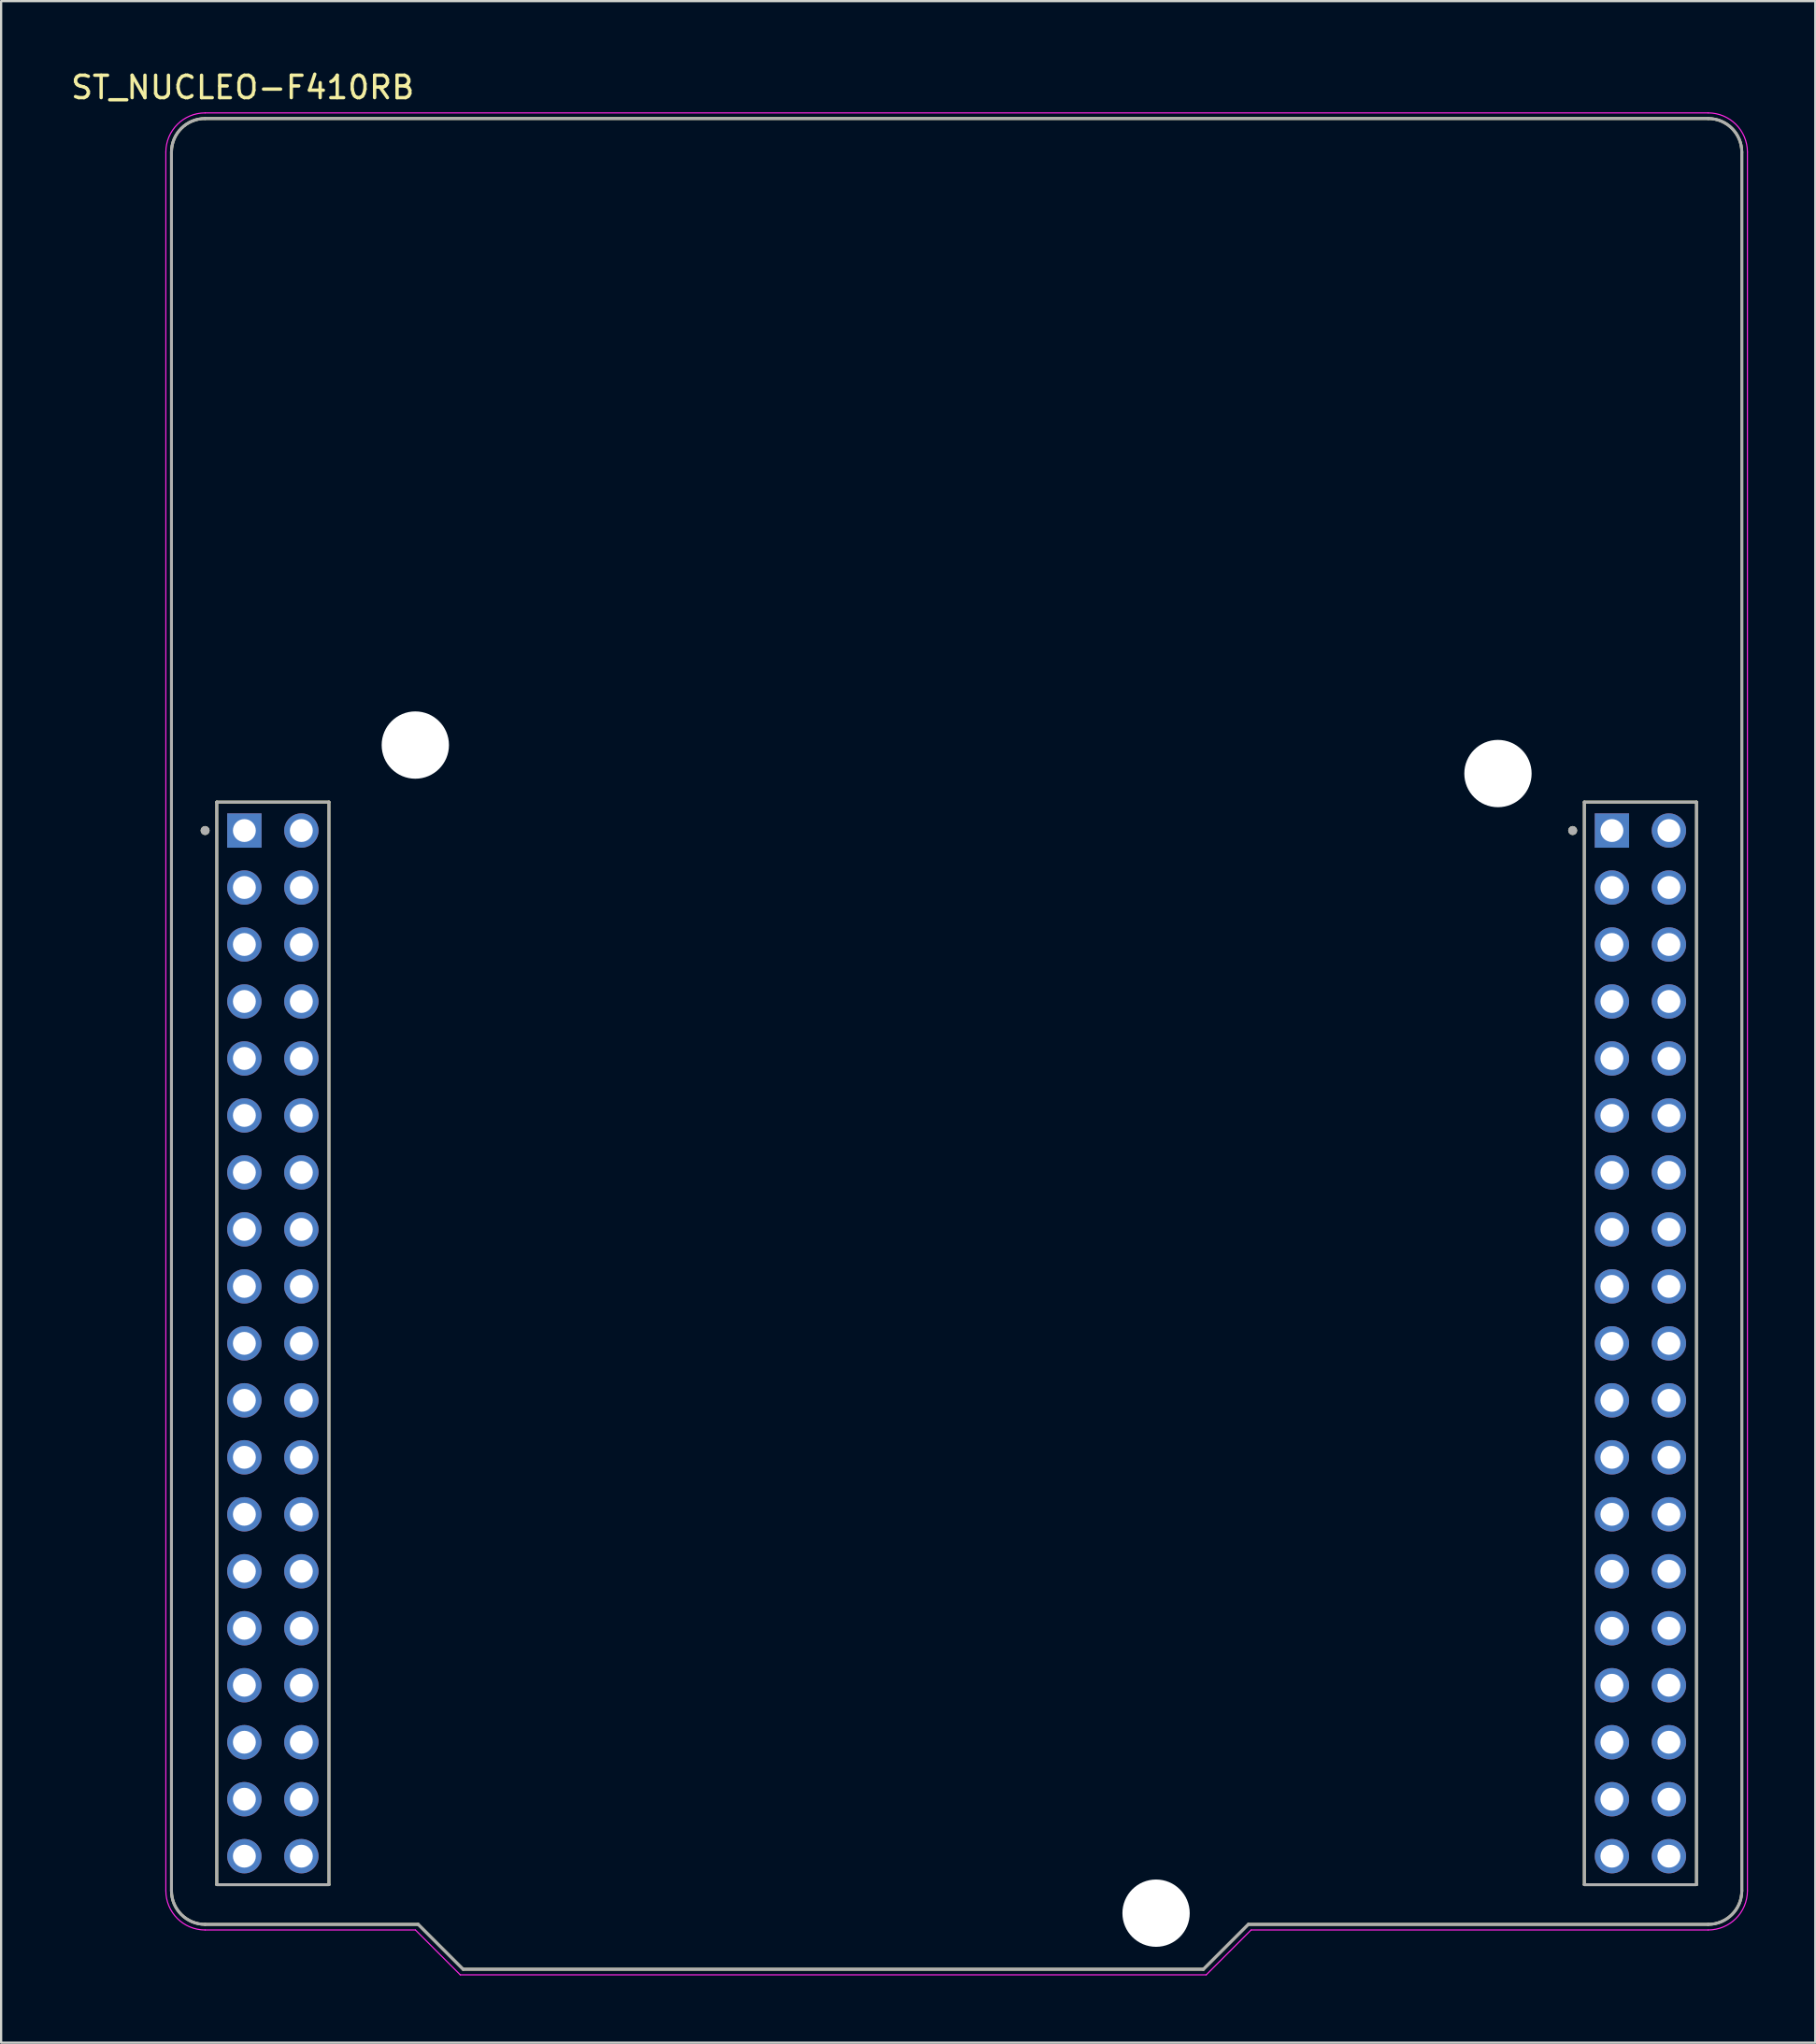
<source format=kicad_pcb>
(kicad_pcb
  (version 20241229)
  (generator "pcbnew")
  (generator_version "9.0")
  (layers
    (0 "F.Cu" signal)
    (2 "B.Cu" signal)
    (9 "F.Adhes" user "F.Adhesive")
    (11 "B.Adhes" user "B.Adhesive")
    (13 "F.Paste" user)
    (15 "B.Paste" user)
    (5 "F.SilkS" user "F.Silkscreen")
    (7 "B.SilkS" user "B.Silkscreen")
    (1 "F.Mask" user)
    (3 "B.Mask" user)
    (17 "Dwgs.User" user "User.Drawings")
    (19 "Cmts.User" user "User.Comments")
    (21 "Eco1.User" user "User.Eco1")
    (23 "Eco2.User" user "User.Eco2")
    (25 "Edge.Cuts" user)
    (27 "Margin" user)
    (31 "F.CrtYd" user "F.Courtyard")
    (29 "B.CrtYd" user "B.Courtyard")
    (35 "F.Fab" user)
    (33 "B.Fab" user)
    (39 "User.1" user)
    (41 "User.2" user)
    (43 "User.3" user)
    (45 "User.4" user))
  (footprint "ST_NUCLEO-F410RB"
    (layer "F.Cu")
    (at 39.593 43.483)
    (property "Reference" "ST_NUCLEO-F410RB" (at -31.825 -42.635 0) (layer "F.SilkS") (effects (font (size 1 1) (thickness 0.15))))
    (attr through_hole)
    (fp_line (start -35 37.75) (end -35 -39.75) (stroke (width 0.127) (type solid)) (layer "F.SilkS"))
    (fp_line (start -33.5 -41.25) (end 33.5 -41.25) (stroke (width 0.127) (type solid)) (layer "F.SilkS"))
    (fp_line (start -32.98 -10.78) (end -32.98 37.48) (stroke (width 0.127) (type solid)) (layer "F.SilkS"))
    (fp_line (start -32.98 37.48) (end -27.98 37.48) (stroke (width 0.127) (type solid)) (layer "F.SilkS"))
    (fp_line (start -27.98 -10.78) (end -32.98 -10.78) (stroke (width 0.127) (type solid)) (layer "F.SilkS"))
    (fp_line (start -27.98 37.48) (end -27.98 -10.78) (stroke (width 0.127) (type solid)) (layer "F.SilkS"))
    (fp_line (start -24 39.25) (end -33.5 39.25) (stroke (width 0.127) (type solid)) (layer "F.SilkS"))
    (fp_line (start -22 41.25) (end -24 39.25) (stroke (width 0.127) (type solid)) (layer "F.SilkS"))
    (fp_line (start 11 41.25) (end -22 41.25) (stroke (width 0.127) (type solid)) (layer "F.SilkS"))
    (fp_line (start 13 39.25) (end 11 41.25) (stroke (width 0.127) (type solid)) (layer "F.SilkS"))
    (fp_line (start 27.98 -10.78) (end 27.98 37.48) (stroke (width 0.127) (type solid)) (layer "F.SilkS"))
    (fp_line (start 27.98 37.48) (end 32.98 37.48) (stroke (width 0.127) (type solid)) (layer "F.SilkS"))
    (fp_line (start 32.98 -10.78) (end 27.98 -10.78) (stroke (width 0.127) (type solid)) (layer "F.SilkS"))
    (fp_line (start 32.98 37.48) (end 32.98 -10.78) (stroke (width 0.127) (type solid)) (layer "F.SilkS"))
    (fp_line (start 33.5 39.25) (end 13 39.25) (stroke (width 0.127) (type solid)) (layer "F.SilkS"))
    (fp_line (start 35 -39.75) (end 35 37.75) (stroke (width 0.127) (type solid)) (layer "F.SilkS"))
    (fp_arc (start -35 -39.75) (mid -34.56066 -40.81066) (end -33.5 -41.25) (stroke (width 0.127) (type solid)) (layer "F.SilkS"))
    (fp_arc (start -33.5 39.25) (mid -34.56066 38.81066) (end -35 37.75) (stroke (width 0.127) (type solid)) (layer "F.SilkS"))
    (fp_arc (start 33.5 -41.25) (mid 34.56066 -40.81066) (end 35 -39.75) (stroke (width 0.127) (type solid)) (layer "F.SilkS"))
    (fp_arc (start 35 37.75) (mid 34.56066 38.81066) (end 33.5 39.25) (stroke (width 0.127) (type solid)) (layer "F.SilkS"))
    (fp_circle (center -33.5 -9.51) (end -33.4 -9.51) (stroke (width 0.2) (type solid)) (fill no) (layer "F.SilkS"))
    (fp_circle (center 27.46 -9.51) (end 27.56 -9.51) (stroke (width 0.2) (type solid)) (fill no) (layer "F.SilkS"))
    (fp_line (start -35.25 37.75) (end -35.25 -39.75) (stroke (width 0.05) (type solid)) (layer "F.CrtYd"))
    (fp_line (start -33.5 -41.5) (end 33.5 -41.5) (stroke (width 0.05) (type solid)) (layer "F.CrtYd"))
    (fp_line (start -24.125 39.5) (end -33.5 39.5) (stroke (width 0.05) (type solid)) (layer "F.CrtYd"))
    (fp_line (start -22.125 41.5) (end -24.125 39.5) (stroke (width 0.05) (type solid)) (layer "F.CrtYd"))
    (fp_line (start 11.125 41.5) (end -22.125 41.5) (stroke (width 0.05) (type solid)) (layer "F.CrtYd"))
    (fp_line (start 13.125 39.5) (end 11.125 41.5) (stroke (width 0.05) (type solid)) (layer "F.CrtYd"))
    (fp_line (start 33.5 39.5) (end 13.125 39.5) (stroke (width 0.05) (type solid)) (layer "F.CrtYd"))
    (fp_line (start 35.25 -39.75) (end 35.25 37.75) (stroke (width 0.05) (type solid)) (layer "F.CrtYd"))
    (fp_arc (start -35.25 -39.75) (mid -34.737437 -40.987437) (end -33.5 -41.5) (stroke (width 0.05) (type solid)) (layer "F.CrtYd"))
    (fp_arc (start -33.5 39.5) (mid -34.737437 38.987437) (end -35.25 37.75) (stroke (width 0.05) (type solid)) (layer "F.CrtYd"))
    (fp_arc (start 33.5 -41.5) (mid 34.737437 -40.987437) (end 35.25 -39.75) (stroke (width 0.05) (type solid)) (layer "F.CrtYd"))
    (fp_arc (start 35.25 37.75) (mid 34.737437 38.987437) (end 33.5 39.5) (stroke (width 0.05) (type solid)) (layer "F.CrtYd"))
    (fp_line (start -35 37.75) (end -35 -39.75) (stroke (width 0.127) (type solid)) (layer "F.Fab"))
    (fp_line (start -33.5 -41.25) (end 33.5 -41.25) (stroke (width 0.127) (type solid)) (layer "F.Fab"))
    (fp_line (start -32.98 -10.78) (end -32.98 37.48) (stroke (width 0.127) (type solid)) (layer "F.Fab"))
    (fp_line (start -32.98 37.48) (end -27.98 37.48) (stroke (width 0.127) (type solid)) (layer "F.Fab"))
    (fp_line (start -27.98 -10.78) (end -32.98 -10.78) (stroke (width 0.127) (type solid)) (layer "F.Fab"))
    (fp_line (start -27.98 37.48) (end -27.98 -10.78) (stroke (width 0.127) (type solid)) (layer "F.Fab"))
    (fp_line (start -24 39.25) (end -33.5 39.25) (stroke (width 0.127) (type solid)) (layer "F.Fab"))
    (fp_line (start -22 41.25) (end -24 39.25) (stroke (width 0.127) (type solid)) (layer "F.Fab"))
    (fp_line (start 11 41.25) (end -22 41.25) (stroke (width 0.127) (type solid)) (layer "F.Fab"))
    (fp_line (start 13 39.25) (end 11 41.25) (stroke (width 0.127) (type solid)) (layer "F.Fab"))
    (fp_line (start 27.98 -10.78) (end 27.98 37.48) (stroke (width 0.127) (type solid)) (layer "F.Fab"))
    (fp_line (start 27.98 37.48) (end 32.98 37.48) (stroke (width 0.127) (type solid)) (layer "F.Fab"))
    (fp_line (start 32.98 -10.78) (end 27.98 -10.78) (stroke (width 0.127) (type solid)) (layer "F.Fab"))
    (fp_line (start 32.98 37.48) (end 32.98 -10.78) (stroke (width 0.127) (type solid)) (layer "F.Fab"))
    (fp_line (start 33.5 39.25) (end 13 39.25) (stroke (width 0.127) (type solid)) (layer "F.Fab"))
    (fp_line (start 35 -39.75) (end 35 37.75) (stroke (width 0.127) (type solid)) (layer "F.Fab"))
    (fp_arc (start -35 -39.75) (mid -34.56066 -40.81066) (end -33.5 -41.25) (stroke (width 0.127) (type solid)) (layer "F.Fab"))
    (fp_arc (start -33.5 39.25) (mid -34.56066 38.81066) (end -35 37.75) (stroke (width 0.127) (type solid)) (layer "F.Fab"))
    (fp_arc (start 33.5 -41.25) (mid 34.56066 -40.81066) (end 35 -39.75) (stroke (width 0.127) (type solid)) (layer "F.Fab"))
    (fp_arc (start 35 37.75) (mid 34.56066 38.81066) (end 33.5 39.25) (stroke (width 0.127) (type solid)) (layer "F.Fab"))
    (fp_circle (center -33.5 -9.51) (end -33.4 -9.51) (stroke (width 0.2) (type solid)) (fill no) (layer "F.Fab"))
    (fp_circle (center 27.46 -9.51) (end 27.56 -9.51) (stroke (width 0.2) (type solid)) (fill no) (layer "F.Fab"))
    (pad "" np_thru_hole circle (at -24.13 -13.32) (size 3 3) (drill 3) (layers "*.Cu" "*.Mask"))
    (pad "" np_thru_hole circle (at 8.89 38.75) (size 3 3) (drill 3) (layers "*.Cu" "*.Mask"))
    (pad "" np_thru_hole circle (at 24.13 -12.05) (size 3 3) (drill 3) (layers "*.Cu" "*.Mask"))
    (pad "1" thru_hole rect (at -31.75 -9.51) (size 1.53 1.53) (drill 1.02) (layers "*.Cu" "*.Mask"))
    (pad "2" thru_hole circle (at -29.21 -9.51) (size 1.53 1.53) (drill 1.02) (layers "*.Cu" "*.Mask"))
    (pad "3" thru_hole circle (at -31.75 -6.97) (size 1.53 1.53) (drill 1.02) (layers "*.Cu" "*.Mask"))
    (pad "4" thru_hole circle (at -29.21 -6.97) (size 1.53 1.53) (drill 1.02) (layers "*.Cu" "*.Mask"))
    (pad "5" thru_hole circle (at -31.75 -4.43) (size 1.53 1.53) (drill 1.02) (layers "*.Cu" "*.Mask"))
    (pad "6" thru_hole circle (at -29.21 -4.43) (size 1.53 1.53) (drill 1.02) (layers "*.Cu" "*.Mask"))
    (pad "7" thru_hole circle (at -31.75 -1.89) (size 1.53 1.53) (drill 1.02) (layers "*.Cu" "*.Mask"))
    (pad "8" thru_hole circle (at -29.21 -1.89) (size 1.53 1.53) (drill 1.02) (layers "*.Cu" "*.Mask"))
    (pad "9" thru_hole circle (at -31.75 0.65) (size 1.53 1.53) (drill 1.02) (layers "*.Cu" "*.Mask"))
    (pad "10" thru_hole circle (at -29.21 0.65) (size 1.53 1.53) (drill 1.02) (layers "*.Cu" "*.Mask"))
    (pad "11" thru_hole circle (at -31.75 3.19) (size 1.53 1.53) (drill 1.02) (layers "*.Cu" "*.Mask"))
    (pad "12" thru_hole circle (at -29.21 3.19) (size 1.53 1.53) (drill 1.02) (layers "*.Cu" "*.Mask"))
    (pad "13" thru_hole circle (at -31.75 5.73) (size 1.53 1.53) (drill 1.02) (layers "*.Cu" "*.Mask"))
    (pad "14" thru_hole circle (at -29.21 5.73) (size 1.53 1.53) (drill 1.02) (layers "*.Cu" "*.Mask"))
    (pad "15" thru_hole circle (at -31.75 8.27) (size 1.53 1.53) (drill 1.02) (layers "*.Cu" "*.Mask"))
    (pad "16" thru_hole circle (at -29.21 8.27) (size 1.53 1.53) (drill 1.02) (layers "*.Cu" "*.Mask"))
    (pad "17" thru_hole circle (at -31.75 10.81) (size 1.53 1.53) (drill 1.02) (layers "*.Cu" "*.Mask"))
    (pad "18" thru_hole circle (at -29.21 10.81) (size 1.53 1.53) (drill 1.02) (layers "*.Cu" "*.Mask"))
    (pad "19" thru_hole circle (at -31.75 13.35) (size 1.53 1.53) (drill 1.02) (layers "*.Cu" "*.Mask"))
    (pad "20" thru_hole circle (at -29.21 13.35) (size 1.53 1.53) (drill 1.02) (layers "*.Cu" "*.Mask"))
    (pad "21" thru_hole circle (at -31.75 15.89) (size 1.53 1.53) (drill 1.02) (layers "*.Cu" "*.Mask"))
    (pad "22" thru_hole circle (at -29.21 15.89) (size 1.53 1.53) (drill 1.02) (layers "*.Cu" "*.Mask"))
    (pad "23" thru_hole circle (at -31.75 18.43) (size 1.53 1.53) (drill 1.02) (layers "*.Cu" "*.Mask"))
    (pad "24" thru_hole circle (at -29.21 18.43) (size 1.53 1.53) (drill 1.02) (layers "*.Cu" "*.Mask"))
    (pad "25" thru_hole circle (at -31.75 20.97) (size 1.53 1.53) (drill 1.02) (layers "*.Cu" "*.Mask"))
    (pad "26" thru_hole circle (at -29.21 20.97) (size 1.53 1.53) (drill 1.02) (layers "*.Cu" "*.Mask"))
    (pad "27" thru_hole circle (at -31.75 23.51) (size 1.53 1.53) (drill 1.02) (layers "*.Cu" "*.Mask"))
    (pad "28" thru_hole circle (at -29.21 23.51) (size 1.53 1.53) (drill 1.02) (layers "*.Cu" "*.Mask"))
    (pad "29" thru_hole circle (at -31.75 26.05) (size 1.53 1.53) (drill 1.02) (layers "*.Cu" "*.Mask"))
    (pad "30" thru_hole circle (at -29.21 26.05) (size 1.53 1.53) (drill 1.02) (layers "*.Cu" "*.Mask"))
    (pad "31" thru_hole circle (at -31.75 28.59) (size 1.53 1.53) (drill 1.02) (layers "*.Cu" "*.Mask"))
    (pad "32" thru_hole circle (at -29.21 28.59) (size 1.53 1.53) (drill 1.02) (layers "*.Cu" "*.Mask"))
    (pad "33" thru_hole circle (at -31.75 31.13) (size 1.53 1.53) (drill 1.02) (layers "*.Cu" "*.Mask"))
    (pad "34" thru_hole circle (at -29.21 31.13) (size 1.53 1.53) (drill 1.02) (layers "*.Cu" "*.Mask"))
    (pad "35" thru_hole circle (at -31.75 33.67) (size 1.53 1.53) (drill 1.02) (layers "*.Cu" "*.Mask"))
    (pad "36" thru_hole circle (at -29.21 33.67) (size 1.53 1.53) (drill 1.02) (layers "*.Cu" "*.Mask"))
    (pad "37" thru_hole circle (at -31.75 36.21) (size 1.53 1.53) (drill 1.02) (layers "*.Cu" "*.Mask"))
    (pad "38" thru_hole circle (at -29.21 36.21) (size 1.53 1.53) (drill 1.02) (layers "*.Cu" "*.Mask"))
    (pad "39" thru_hole rect (at 29.21 -9.51) (size 1.53 1.53) (drill 1.02) (layers "*.Cu" "*.Mask"))
    (pad "40" thru_hole circle (at 31.75 -9.51) (size 1.53 1.53) (drill 1.02) (layers "*.Cu" "*.Mask"))
    (pad "41" thru_hole circle (at 29.21 -6.97) (size 1.53 1.53) (drill 1.02) (layers "*.Cu" "*.Mask"))
    (pad "42" thru_hole circle (at 31.75 -6.97) (size 1.53 1.53) (drill 1.02) (layers "*.Cu" "*.Mask"))
    (pad "43" thru_hole circle (at 29.21 -4.43) (size 1.53 1.53) (drill 1.02) (layers "*.Cu" "*.Mask"))
    (pad "44" thru_hole circle (at 31.75 -4.43) (size 1.53 1.53) (drill 1.02) (layers "*.Cu" "*.Mask"))
    (pad "45" thru_hole circle (at 29.21 -1.89) (size 1.53 1.53) (drill 1.02) (layers "*.Cu" "*.Mask"))
    (pad "46" thru_hole circle (at 31.75 -1.89) (size 1.53 1.53) (drill 1.02) (layers "*.Cu" "*.Mask"))
    (pad "47" thru_hole circle (at 29.21 0.65) (size 1.53 1.53) (drill 1.02) (layers "*.Cu" "*.Mask"))
    (pad "48" thru_hole circle (at 31.75 0.65) (size 1.53 1.53) (drill 1.02) (layers "*.Cu" "*.Mask"))
    (pad "49" thru_hole circle (at 29.21 3.19) (size 1.53 1.53) (drill 1.02) (layers "*.Cu" "*.Mask"))
    (pad "50" thru_hole circle (at 31.75 3.19) (size 1.53 1.53) (drill 1.02) (layers "*.Cu" "*.Mask"))
    (pad "51" thru_hole circle (at 29.21 5.73) (size 1.53 1.53) (drill 1.02) (layers "*.Cu" "*.Mask"))
    (pad "52" thru_hole circle (at 31.75 5.73) (size 1.53 1.53) (drill 1.02) (layers "*.Cu" "*.Mask"))
    (pad "53" thru_hole circle (at 29.21 8.27) (size 1.53 1.53) (drill 1.02) (layers "*.Cu" "*.Mask"))
    (pad "54" thru_hole circle (at 31.75 8.27) (size 1.53 1.53) (drill 1.02) (layers "*.Cu" "*.Mask"))
    (pad "55" thru_hole circle (at 29.21 10.81) (size 1.53 1.53) (drill 1.02) (layers "*.Cu" "*.Mask"))
    (pad "56" thru_hole circle (at 31.75 10.81) (size 1.53 1.53) (drill 1.02) (layers "*.Cu" "*.Mask"))
    (pad "57" thru_hole circle (at 29.21 13.35) (size 1.53 1.53) (drill 1.02) (layers "*.Cu" "*.Mask"))
    (pad "58" thru_hole circle (at 31.75 13.35) (size 1.53 1.53) (drill 1.02) (layers "*.Cu" "*.Mask"))
    (pad "59" thru_hole circle (at 29.21 15.89) (size 1.53 1.53) (drill 1.02) (layers "*.Cu" "*.Mask"))
    (pad "60" thru_hole circle (at 31.75 15.89) (size 1.53 1.53) (drill 1.02) (layers "*.Cu" "*.Mask"))
    (pad "61" thru_hole circle (at 29.21 18.43) (size 1.53 1.53) (drill 1.02) (layers "*.Cu" "*.Mask"))
    (pad "62" thru_hole circle (at 31.75 18.43) (size 1.53 1.53) (drill 1.02) (layers "*.Cu" "*.Mask"))
    (pad "63" thru_hole circle (at 29.21 20.97) (size 1.53 1.53) (drill 1.02) (layers "*.Cu" "*.Mask"))
    (pad "64" thru_hole circle (at 31.75 20.97) (size 1.53 1.53) (drill 1.02) (layers "*.Cu" "*.Mask"))
    (pad "65" thru_hole circle (at 29.21 23.51) (size 1.53 1.53) (drill 1.02) (layers "*.Cu" "*.Mask"))
    (pad "66" thru_hole circle (at 31.75 23.51) (size 1.53 1.53) (drill 1.02) (layers "*.Cu" "*.Mask"))
    (pad "67" thru_hole circle (at 29.21 26.05) (size 1.53 1.53) (drill 1.02) (layers "*.Cu" "*.Mask"))
    (pad "68" thru_hole circle (at 31.75 26.05) (size 1.53 1.53) (drill 1.02) (layers "*.Cu" "*.Mask"))
    (pad "69" thru_hole circle (at 29.21 28.59) (size 1.53 1.53) (drill 1.02) (layers "*.Cu" "*.Mask"))
    (pad "70" thru_hole circle (at 31.75 28.59) (size 1.53 1.53) (drill 1.02) (layers "*.Cu" "*.Mask"))
    (pad "71" thru_hole circle (at 29.21 31.13) (size 1.53 1.53) (drill 1.02) (layers "*.Cu" "*.Mask"))
    (pad "72" thru_hole circle (at 31.75 31.13) (size 1.53 1.53) (drill 1.02) (layers "*.Cu" "*.Mask"))
    (pad "73" thru_hole circle (at 29.21 33.67) (size 1.53 1.53) (drill 1.02) (layers "*.Cu" "*.Mask"))
    (pad "74" thru_hole circle (at 31.75 33.67) (size 1.53 1.53) (drill 1.02) (layers "*.Cu" "*.Mask"))
    (pad "75" thru_hole circle (at 29.21 36.21) (size 1.53 1.53) (drill 1.02) (layers "*.Cu" "*.Mask"))
    (pad "76" thru_hole circle (at 31.75 36.21) (size 1.53 1.53) (drill 1.02) (layers "*.Cu" "*.Mask")))
  (gr_rect
    (start -3 -3)
    (end 77.868 88.008)
    (stroke (width 0.1) (type default))
    (fill no)
    (layer "Edge.Cuts")))
</source>
